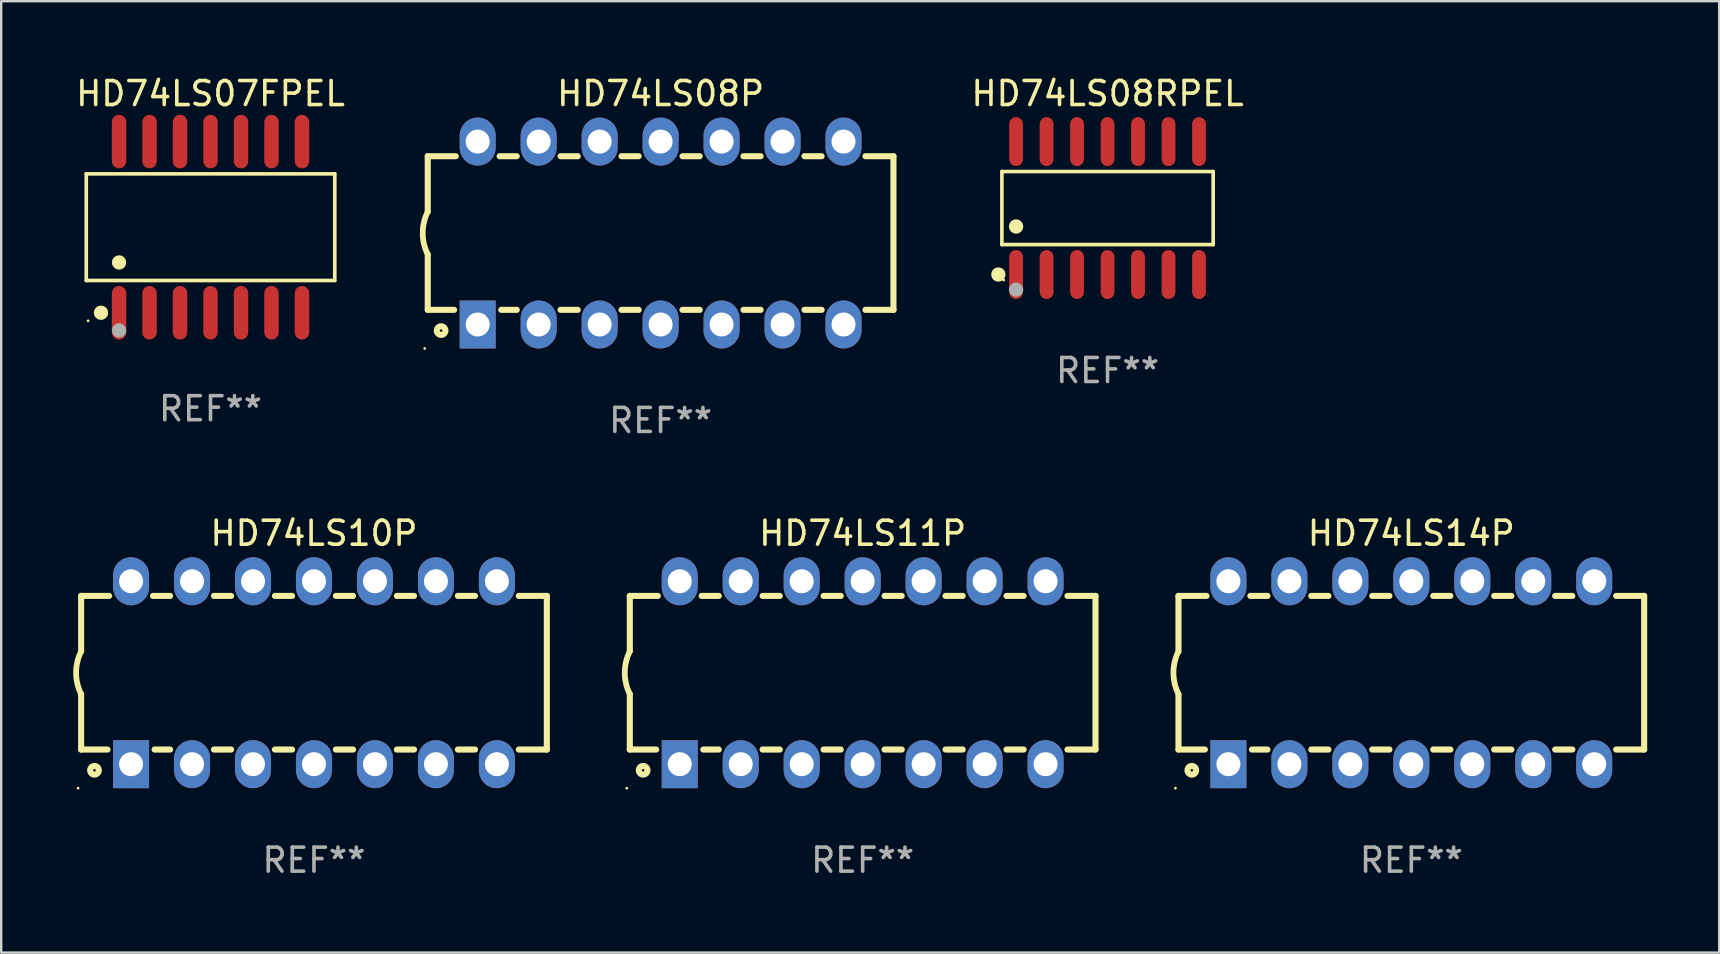
<source format=kicad_pcb>
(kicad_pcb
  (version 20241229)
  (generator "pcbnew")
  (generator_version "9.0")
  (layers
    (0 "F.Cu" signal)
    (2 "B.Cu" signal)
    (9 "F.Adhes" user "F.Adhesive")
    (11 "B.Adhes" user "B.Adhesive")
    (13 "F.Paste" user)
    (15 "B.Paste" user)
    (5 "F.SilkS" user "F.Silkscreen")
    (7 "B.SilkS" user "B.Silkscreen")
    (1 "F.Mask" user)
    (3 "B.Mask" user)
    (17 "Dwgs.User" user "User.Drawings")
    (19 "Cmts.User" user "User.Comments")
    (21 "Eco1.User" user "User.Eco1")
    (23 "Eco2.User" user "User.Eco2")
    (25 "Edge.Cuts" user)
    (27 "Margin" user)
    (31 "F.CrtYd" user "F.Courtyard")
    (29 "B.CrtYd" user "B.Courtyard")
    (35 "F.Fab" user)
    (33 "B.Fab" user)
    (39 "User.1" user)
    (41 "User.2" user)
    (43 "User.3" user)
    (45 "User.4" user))
  (footprint "HD74LS08P"
    (layer "F.Cu")
    (at 24.47 6.658)
    (property "Reference" "HD74LS08P" (at 0 -5.81 0) (layer "F.SilkS") (effects (font (size 1 1) (thickness 0.15))))
    (attr through_hole)
    (fp_line (start -9.7 -3.2) (end -9.7 -0.889) (stroke (width 0.254) (type solid)) (layer "F.SilkS"))
    (fp_line (start -9.7 -3.2) (end -8.533 -3.2) (stroke (width 0.254) (type solid)) (layer "F.SilkS"))
    (fp_line (start -9.7 3.2) (end -9.7 0.889) (stroke (width 0.254) (type solid)) (layer "F.SilkS"))
    (fp_line (start -9.7 3.2) (end -8.601 3.2) (stroke (width 0.254) (type solid)) (layer "F.SilkS"))
    (fp_line (start -6.707 -3.2) (end -5.993 -3.2) (stroke (width 0.254) (type solid)) (layer "F.SilkS"))
    (fp_line (start -6.639 3.2) (end -5.993 3.2) (stroke (width 0.254) (type solid)) (layer "F.SilkS"))
    (fp_line (start -4.168 3.2) (end -3.453 3.2) (stroke (width 0.254) (type solid)) (layer "F.SilkS"))
    (fp_line (start -4.167 -3.2) (end -3.453 -3.2) (stroke (width 0.254) (type solid)) (layer "F.SilkS"))
    (fp_line (start -1.628 3.2) (end -0.912 3.2) (stroke (width 0.254) (type solid)) (layer "F.SilkS"))
    (fp_line (start -1.627 -3.2) (end -0.913 -3.2) (stroke (width 0.254) (type solid)) (layer "F.SilkS"))
    (fp_line (start 0.912 3.2) (end 1.628 3.2) (stroke (width 0.254) (type solid)) (layer "F.SilkS"))
    (fp_line (start 0.913 -3.2) (end 1.627 -3.2) (stroke (width 0.254) (type solid)) (layer "F.SilkS"))
    (fp_line (start 3.453 3.2) (end 4.168 3.2) (stroke (width 0.254) (type solid)) (layer "F.SilkS"))
    (fp_line (start 3.453 -3.2) (end 4.167 -3.2) (stroke (width 0.254) (type solid)) (layer "F.SilkS"))
    (fp_line (start 5.993 3.2) (end 6.708 3.2) (stroke (width 0.254) (type solid)) (layer "F.SilkS"))
    (fp_line (start 5.993 -3.2) (end 6.707 -3.2) (stroke (width 0.254) (type solid)) (layer "F.SilkS"))
    (fp_line (start 8.533 3.2) (end 9.7 3.2) (stroke (width 0.254) (type solid)) (layer "F.SilkS"))
    (fp_line (start 8.533 -3.2) (end 9.7 -3.2) (stroke (width 0.254) (type solid)) (layer "F.SilkS"))
    (fp_line (start 9.7 3.2) (end 9.7 -3.2) (stroke (width 0.254) (type solid)) (layer "F.SilkS"))
    (fp_arc (start -9.699822 0.889002) (mid -9.909826 0.000048) (end -9.700229 -0.889002) (stroke (width 0.240005) (type solid)) (layer "F.SilkS"))
    (fp_circle (center -9.827 4.81) (end -9.797 4.81) (stroke (width 0.06) (type solid)) (fill no) (layer "F.SilkS"))
    (fp_circle (center -9.144 4.064) (end -8.964 4.064) (stroke (width 0.254) (type solid)) (fill no) (layer "F.SilkS"))
    (fp_text user "REF**" (at 0 7.81 0) (layer "F.Fab") (effects (font (size 1 1) (thickness 0.15))))
    (pad "1" thru_hole rect (at -7.62 3.81 90) (size 2 1.5) (drill 1) (layers "*.Cu" "*.Mask"))
    (pad "2" thru_hole oval (at -5.08 3.81 90) (size 2 1.5) (drill 1) (layers "*.Cu" "*.Mask"))
    (pad "3" thru_hole oval (at -2.54 3.81 90) (size 2 1.5) (drill 1) (layers "*.Cu" "*.Mask"))
    (pad "4" thru_hole oval (at 0 3.81 90) (size 2 1.5) (drill 1) (layers "*.Cu" "*.Mask"))
    (pad "5" thru_hole oval (at 2.54 3.81 90) (size 2 1.5) (drill 1) (layers "*.Cu" "*.Mask"))
    (pad "6" thru_hole oval (at 5.08 3.81 90) (size 2 1.5) (drill 1) (layers "*.Cu" "*.Mask"))
    (pad "7" thru_hole oval (at 7.62 3.81 90) (size 2 1.5) (drill 1) (layers "*.Cu" "*.Mask"))
    (pad "8" thru_hole oval (at 7.62 -3.81 90) (size 2 1.5) (drill 1) (layers "*.Cu" "*.Mask"))
    (pad "9" thru_hole oval (at 5.08 -3.81 90) (size 2 1.5) (drill 1) (layers "*.Cu" "*.Mask"))
    (pad "10" thru_hole oval (at 2.54 -3.81 90) (size 2 1.5) (drill 1) (layers "*.Cu" "*.Mask"))
    (pad "11" thru_hole oval (at 0 -3.81 90) (size 2 1.5) (drill 1) (layers "*.Cu" "*.Mask"))
    (pad "12" thru_hole oval (at -2.54 -3.81 90) (size 2 1.5) (drill 1) (layers "*.Cu" "*.Mask"))
    (pad "13" thru_hole oval (at -5.08 -3.81 90) (size 2 1.5) (drill 1) (layers "*.Cu" "*.Mask"))
    (pad "14" thru_hole oval (at -7.62 -3.81 90) (size 2 1.5) (drill 1) (layers "*.Cu" "*.Mask")))
  (footprint "HD74LS10P"
    (layer "F.Cu")
    (at 10.03 24.975)
    (property "Reference" "HD74LS10P" (at 0 -5.81 0) (layer "F.SilkS") (effects (font (size 1 1) (thickness 0.15))))
    (attr through_hole)
    (fp_line (start -9.7 -3.2) (end -9.7 -0.889) (stroke (width 0.254) (type solid)) (layer "F.SilkS"))
    (fp_line (start -9.7 -3.2) (end -8.533 -3.2) (stroke (width 0.254) (type solid)) (layer "F.SilkS"))
    (fp_line (start -9.7 3.2) (end -9.7 0.889) (stroke (width 0.254) (type solid)) (layer "F.SilkS"))
    (fp_line (start -9.7 3.2) (end -8.601 3.2) (stroke (width 0.254) (type solid)) (layer "F.SilkS"))
    (fp_line (start -6.707 -3.2) (end -5.993 -3.2) (stroke (width 0.254) (type solid)) (layer "F.SilkS"))
    (fp_line (start -6.639 3.2) (end -5.993 3.2) (stroke (width 0.254) (type solid)) (layer "F.SilkS"))
    (fp_line (start -4.168 3.2) (end -3.453 3.2) (stroke (width 0.254) (type solid)) (layer "F.SilkS"))
    (fp_line (start -4.167 -3.2) (end -3.453 -3.2) (stroke (width 0.254) (type solid)) (layer "F.SilkS"))
    (fp_line (start -1.628 3.2) (end -0.912 3.2) (stroke (width 0.254) (type solid)) (layer "F.SilkS"))
    (fp_line (start -1.627 -3.2) (end -0.913 -3.2) (stroke (width 0.254) (type solid)) (layer "F.SilkS"))
    (fp_line (start 0.912 3.2) (end 1.628 3.2) (stroke (width 0.254) (type solid)) (layer "F.SilkS"))
    (fp_line (start 0.913 -3.2) (end 1.627 -3.2) (stroke (width 0.254) (type solid)) (layer "F.SilkS"))
    (fp_line (start 3.453 3.2) (end 4.168 3.2) (stroke (width 0.254) (type solid)) (layer "F.SilkS"))
    (fp_line (start 3.453 -3.2) (end 4.167 -3.2) (stroke (width 0.254) (type solid)) (layer "F.SilkS"))
    (fp_line (start 5.993 3.2) (end 6.708 3.2) (stroke (width 0.254) (type solid)) (layer "F.SilkS"))
    (fp_line (start 5.993 -3.2) (end 6.707 -3.2) (stroke (width 0.254) (type solid)) (layer "F.SilkS"))
    (fp_line (start 8.533 3.2) (end 9.7 3.2) (stroke (width 0.254) (type solid)) (layer "F.SilkS"))
    (fp_line (start 8.533 -3.2) (end 9.7 -3.2) (stroke (width 0.254) (type solid)) (layer "F.SilkS"))
    (fp_line (start 9.7 3.2) (end 9.7 -3.2) (stroke (width 0.254) (type solid)) (layer "F.SilkS"))
    (fp_arc (start -9.699822 0.889002) (mid -9.909826 0.000048) (end -9.700229 -0.889002) (stroke (width 0.240005) (type solid)) (layer "F.SilkS"))
    (fp_circle (center -9.827 4.81) (end -9.797 4.81) (stroke (width 0.06) (type solid)) (fill no) (layer "F.SilkS"))
    (fp_circle (center -9.144 4.064) (end -8.964 4.064) (stroke (width 0.254) (type solid)) (fill no) (layer "F.SilkS"))
    (fp_text user "REF**" (at 0 7.81 0) (layer "F.Fab") (effects (font (size 1 1) (thickness 0.15))))
    (pad "1" thru_hole rect (at -7.62 3.81 90) (size 2 1.5) (drill 1) (layers "*.Cu" "*.Mask"))
    (pad "2" thru_hole oval (at -5.08 3.81 90) (size 2 1.5) (drill 1) (layers "*.Cu" "*.Mask"))
    (pad "3" thru_hole oval (at -2.54 3.81 90) (size 2 1.5) (drill 1) (layers "*.Cu" "*.Mask"))
    (pad "4" thru_hole oval (at 0 3.81 90) (size 2 1.5) (drill 1) (layers "*.Cu" "*.Mask"))
    (pad "5" thru_hole oval (at 2.54 3.81 90) (size 2 1.5) (drill 1) (layers "*.Cu" "*.Mask"))
    (pad "6" thru_hole oval (at 5.08 3.81 90) (size 2 1.5) (drill 1) (layers "*.Cu" "*.Mask"))
    (pad "7" thru_hole oval (at 7.62 3.81 90) (size 2 1.5) (drill 1) (layers "*.Cu" "*.Mask"))
    (pad "8" thru_hole oval (at 7.62 -3.81 90) (size 2 1.5) (drill 1) (layers "*.Cu" "*.Mask"))
    (pad "9" thru_hole oval (at 5.08 -3.81 90) (size 2 1.5) (drill 1) (layers "*.Cu" "*.Mask"))
    (pad "10" thru_hole oval (at 2.54 -3.81 90) (size 2 1.5) (drill 1) (layers "*.Cu" "*.Mask"))
    (pad "11" thru_hole oval (at 0 -3.81 90) (size 2 1.5) (drill 1) (layers "*.Cu" "*.Mask"))
    (pad "12" thru_hole oval (at -2.54 -3.81 90) (size 2 1.5) (drill 1) (layers "*.Cu" "*.Mask"))
    (pad "13" thru_hole oval (at -5.08 -3.81 90) (size 2 1.5) (drill 1) (layers "*.Cu" "*.Mask"))
    (pad "14" thru_hole oval (at -7.62 -3.81 90) (size 2 1.5) (drill 1) (layers "*.Cu" "*.Mask")))
  (footprint "HD74LS14P"
    (layer "F.Cu")
    (at 55.744 24.975)
    (property "Reference" "HD74LS14P" (at 0 -5.81 0) (layer "F.SilkS") (effects (font (size 1 1) (thickness 0.15))))
    (attr through_hole)
    (fp_line (start -9.7 -3.2) (end -9.7 -0.889) (stroke (width 0.254) (type solid)) (layer "F.SilkS"))
    (fp_line (start -9.7 -3.2) (end -8.533 -3.2) (stroke (width 0.254) (type solid)) (layer "F.SilkS"))
    (fp_line (start -9.7 3.2) (end -9.7 0.889) (stroke (width 0.254) (type solid)) (layer "F.SilkS"))
    (fp_line (start -9.7 3.2) (end -8.601 3.2) (stroke (width 0.254) (type solid)) (layer "F.SilkS"))
    (fp_line (start -6.707 -3.2) (end -5.993 -3.2) (stroke (width 0.254) (type solid)) (layer "F.SilkS"))
    (fp_line (start -6.639 3.2) (end -5.993 3.2) (stroke (width 0.254) (type solid)) (layer "F.SilkS"))
    (fp_line (start -4.168 3.2) (end -3.453 3.2) (stroke (width 0.254) (type solid)) (layer "F.SilkS"))
    (fp_line (start -4.167 -3.2) (end -3.453 -3.2) (stroke (width 0.254) (type solid)) (layer "F.SilkS"))
    (fp_line (start -1.628 3.2) (end -0.912 3.2) (stroke (width 0.254) (type solid)) (layer "F.SilkS"))
    (fp_line (start -1.627 -3.2) (end -0.913 -3.2) (stroke (width 0.254) (type solid)) (layer "F.SilkS"))
    (fp_line (start 0.912 3.2) (end 1.628 3.2) (stroke (width 0.254) (type solid)) (layer "F.SilkS"))
    (fp_line (start 0.913 -3.2) (end 1.627 -3.2) (stroke (width 0.254) (type solid)) (layer "F.SilkS"))
    (fp_line (start 3.453 3.2) (end 4.168 3.2) (stroke (width 0.254) (type solid)) (layer "F.SilkS"))
    (fp_line (start 3.453 -3.2) (end 4.167 -3.2) (stroke (width 0.254) (type solid)) (layer "F.SilkS"))
    (fp_line (start 5.993 3.2) (end 6.708 3.2) (stroke (width 0.254) (type solid)) (layer "F.SilkS"))
    (fp_line (start 5.993 -3.2) (end 6.707 -3.2) (stroke (width 0.254) (type solid)) (layer "F.SilkS"))
    (fp_line (start 8.533 3.2) (end 9.7 3.2) (stroke (width 0.254) (type solid)) (layer "F.SilkS"))
    (fp_line (start 8.533 -3.2) (end 9.7 -3.2) (stroke (width 0.254) (type solid)) (layer "F.SilkS"))
    (fp_line (start 9.7 3.2) (end 9.7 -3.2) (stroke (width 0.254) (type solid)) (layer "F.SilkS"))
    (fp_arc (start -9.699822 0.889002) (mid -9.909826 0.000048) (end -9.700229 -0.889002) (stroke (width 0.240005) (type solid)) (layer "F.SilkS"))
    (fp_circle (center -9.827 4.81) (end -9.797 4.81) (stroke (width 0.06) (type solid)) (fill no) (layer "F.SilkS"))
    (fp_circle (center -9.144 4.064) (end -8.964 4.064) (stroke (width 0.254) (type solid)) (fill no) (layer "F.SilkS"))
    (fp_text user "REF**" (at 0 7.81 0) (layer "F.Fab") (effects (font (size 1 1) (thickness 0.15))))
    (pad "1" thru_hole rect (at -7.62 3.81 90) (size 2 1.5) (drill 1) (layers "*.Cu" "*.Mask"))
    (pad "2" thru_hole oval (at -5.08 3.81 90) (size 2 1.5) (drill 1) (layers "*.Cu" "*.Mask"))
    (pad "3" thru_hole oval (at -2.54 3.81 90) (size 2 1.5) (drill 1) (layers "*.Cu" "*.Mask"))
    (pad "4" thru_hole oval (at 0 3.81 90) (size 2 1.5) (drill 1) (layers "*.Cu" "*.Mask"))
    (pad "5" thru_hole oval (at 2.54 3.81 90) (size 2 1.5) (drill 1) (layers "*.Cu" "*.Mask"))
    (pad "6" thru_hole oval (at 5.08 3.81 90) (size 2 1.5) (drill 1) (layers "*.Cu" "*.Mask"))
    (pad "7" thru_hole oval (at 7.62 3.81 90) (size 2 1.5) (drill 1) (layers "*.Cu" "*.Mask"))
    (pad "8" thru_hole oval (at 7.62 -3.81 90) (size 2 1.5) (drill 1) (layers "*.Cu" "*.Mask"))
    (pad "9" thru_hole oval (at 5.08 -3.81 90) (size 2 1.5) (drill 1) (layers "*.Cu" "*.Mask"))
    (pad "10" thru_hole oval (at 2.54 -3.81 90) (size 2 1.5) (drill 1) (layers "*.Cu" "*.Mask"))
    (pad "11" thru_hole oval (at 0 -3.81 90) (size 2 1.5) (drill 1) (layers "*.Cu" "*.Mask"))
    (pad "12" thru_hole oval (at -2.54 -3.81 90) (size 2 1.5) (drill 1) (layers "*.Cu" "*.Mask"))
    (pad "13" thru_hole oval (at -5.08 -3.81 90) (size 2 1.5) (drill 1) (layers "*.Cu" "*.Mask"))
    (pad "14" thru_hole oval (at -7.62 -3.81 90) (size 2 1.5) (drill 1) (layers "*.Cu" "*.Mask")))
  (footprint "HD74LS08RPEL"
    (layer "F.Cu")
    (at 43.089 5.617)
    (property "Reference" "HD74LS08RPEL" (at 0 -4.769 0) (layer "F.SilkS") (effects (font (size 1 1) (thickness 0.15))))
    (attr through_hole)
    (fp_line (start -4.401 -1.521) (end 4.401 -1.521) (stroke (width 0.152) (type solid)) (layer "F.SilkS"))
    (fp_line (start -4.401 1.521) (end -4.401 -1.521) (stroke (width 0.152) (type solid)) (layer "F.SilkS"))
    (fp_line (start 4.401 -1.521) (end 4.401 1.521) (stroke (width 0.152) (type solid)) (layer "F.SilkS"))
    (fp_line (start 4.401 1.521) (end -4.401 1.521) (stroke (width 0.152) (type solid)) (layer "F.SilkS"))
    (fp_circle (center -4.549 2.769) (end -4.399 2.769) (stroke (width 0.3) (type solid)) (fill no) (layer "F.SilkS"))
    (fp_circle (center -4.325 3) (end -4.295 3) (stroke (width 0.06) (type solid)) (fill no) (layer "F.SilkS"))
    (fp_circle (center -3.81 0.769) (end -3.66 0.769) (stroke (width 0.3) (type solid)) (fill no) (layer "F.SilkS"))
    (fp_circle (center -3.81 3.4) (end -3.66 3.4) (stroke (width 0.3) (type solid)) (fill no) (layer "F.Fab"))
    (fp_text user "REF**" (at 0 6.769 0) (layer "F.Fab") (effects (font (size 1 1) (thickness 0.15))))
    (pad "1" smd oval (at -3.81 2.769) (size 0.574 2.038) (layers "F.Cu" "F.Mask" "F.Paste"))
    (pad "2" smd oval (at -2.54 2.769) (size 0.574 2.038) (layers "F.Cu" "F.Mask" "F.Paste"))
    (pad "3" smd oval (at -1.27 2.769) (size 0.574 2.038) (layers "F.Cu" "F.Mask" "F.Paste"))
    (pad "4" smd oval (at 0 2.769) (size 0.574 2.038) (layers "F.Cu" "F.Mask" "F.Paste"))
    (pad "5" smd oval (at 1.27 2.769) (size 0.574 2.038) (layers "F.Cu" "F.Mask" "F.Paste"))
    (pad "6" smd oval (at 2.54 2.769) (size 0.574 2.038) (layers "F.Cu" "F.Mask" "F.Paste"))
    (pad "7" smd oval (at 3.81 2.769) (size 0.574 2.038) (layers "F.Cu" "F.Mask" "F.Paste"))
    (pad "8" smd oval (at 3.81 -2.769) (size 0.574 2.038) (layers "F.Cu" "F.Mask" "F.Paste"))
    (pad "9" smd oval (at 2.54 -2.769) (size 0.574 2.038) (layers "F.Cu" "F.Mask" "F.Paste"))
    (pad "10" smd oval (at 1.27 -2.769) (size 0.574 2.038) (layers "F.Cu" "F.Mask" "F.Paste"))
    (pad "11" smd oval (at 0 -2.769) (size 0.574 2.038) (layers "F.Cu" "F.Mask" "F.Paste"))
    (pad "12" smd oval (at -1.27 -2.769) (size 0.574 2.038) (layers "F.Cu" "F.Mask" "F.Paste"))
    (pad "13" smd oval (at -2.54 -2.769) (size 0.574 2.038) (layers "F.Cu" "F.Mask" "F.Paste"))
    (pad "14" smd oval (at -3.81 -2.769) (size 0.574 2.038) (layers "F.Cu" "F.Mask" "F.Paste")))
  (footprint "HD74LS11P"
    (layer "F.Cu")
    (at 32.887 24.975)
    (property "Reference" "HD74LS11P" (at 0 -5.81 0) (layer "F.SilkS") (effects (font (size 1 1) (thickness 0.15))))
    (attr through_hole)
    (fp_line (start -9.7 -3.2) (end -9.7 -0.889) (stroke (width 0.254) (type solid)) (layer "F.SilkS"))
    (fp_line (start -9.7 -3.2) (end -8.533 -3.2) (stroke (width 0.254) (type solid)) (layer "F.SilkS"))
    (fp_line (start -9.7 3.2) (end -9.7 0.889) (stroke (width 0.254) (type solid)) (layer "F.SilkS"))
    (fp_line (start -9.7 3.2) (end -8.601 3.2) (stroke (width 0.254) (type solid)) (layer "F.SilkS"))
    (fp_line (start -6.707 -3.2) (end -5.993 -3.2) (stroke (width 0.254) (type solid)) (layer "F.SilkS"))
    (fp_line (start -6.639 3.2) (end -5.993 3.2) (stroke (width 0.254) (type solid)) (layer "F.SilkS"))
    (fp_line (start -4.168 3.2) (end -3.453 3.2) (stroke (width 0.254) (type solid)) (layer "F.SilkS"))
    (fp_line (start -4.167 -3.2) (end -3.453 -3.2) (stroke (width 0.254) (type solid)) (layer "F.SilkS"))
    (fp_line (start -1.628 3.2) (end -0.912 3.2) (stroke (width 0.254) (type solid)) (layer "F.SilkS"))
    (fp_line (start -1.627 -3.2) (end -0.913 -3.2) (stroke (width 0.254) (type solid)) (layer "F.SilkS"))
    (fp_line (start 0.912 3.2) (end 1.628 3.2) (stroke (width 0.254) (type solid)) (layer "F.SilkS"))
    (fp_line (start 0.913 -3.2) (end 1.627 -3.2) (stroke (width 0.254) (type solid)) (layer "F.SilkS"))
    (fp_line (start 3.453 3.2) (end 4.168 3.2) (stroke (width 0.254) (type solid)) (layer "F.SilkS"))
    (fp_line (start 3.453 -3.2) (end 4.167 -3.2) (stroke (width 0.254) (type solid)) (layer "F.SilkS"))
    (fp_line (start 5.993 3.2) (end 6.708 3.2) (stroke (width 0.254) (type solid)) (layer "F.SilkS"))
    (fp_line (start 5.993 -3.2) (end 6.707 -3.2) (stroke (width 0.254) (type solid)) (layer "F.SilkS"))
    (fp_line (start 8.533 3.2) (end 9.7 3.2) (stroke (width 0.254) (type solid)) (layer "F.SilkS"))
    (fp_line (start 8.533 -3.2) (end 9.7 -3.2) (stroke (width 0.254) (type solid)) (layer "F.SilkS"))
    (fp_line (start 9.7 3.2) (end 9.7 -3.2) (stroke (width 0.254) (type solid)) (layer "F.SilkS"))
    (fp_arc (start -9.699822 0.889002) (mid -9.909826 0.000048) (end -9.700229 -0.889002) (stroke (width 0.240005) (type solid)) (layer "F.SilkS"))
    (fp_circle (center -9.827 4.81) (end -9.797 4.81) (stroke (width 0.06) (type solid)) (fill no) (layer "F.SilkS"))
    (fp_circle (center -9.144 4.064) (end -8.964 4.064) (stroke (width 0.254) (type solid)) (fill no) (layer "F.SilkS"))
    (fp_text user "REF**" (at 0 7.81 0) (layer "F.Fab") (effects (font (size 1 1) (thickness 0.15))))
    (pad "1" thru_hole rect (at -7.62 3.81 90) (size 2 1.5) (drill 1) (layers "*.Cu" "*.Mask"))
    (pad "2" thru_hole oval (at -5.08 3.81 90) (size 2 1.5) (drill 1) (layers "*.Cu" "*.Mask"))
    (pad "3" thru_hole oval (at -2.54 3.81 90) (size 2 1.5) (drill 1) (layers "*.Cu" "*.Mask"))
    (pad "4" thru_hole oval (at 0 3.81 90) (size 2 1.5) (drill 1) (layers "*.Cu" "*.Mask"))
    (pad "5" thru_hole oval (at 2.54 3.81 90) (size 2 1.5) (drill 1) (layers "*.Cu" "*.Mask"))
    (pad "6" thru_hole oval (at 5.08 3.81 90) (size 2 1.5) (drill 1) (layers "*.Cu" "*.Mask"))
    (pad "7" thru_hole oval (at 7.62 3.81 90) (size 2 1.5) (drill 1) (layers "*.Cu" "*.Mask"))
    (pad "8" thru_hole oval (at 7.62 -3.81 90) (size 2 1.5) (drill 1) (layers "*.Cu" "*.Mask"))
    (pad "9" thru_hole oval (at 5.08 -3.81 90) (size 2 1.5) (drill 1) (layers "*.Cu" "*.Mask"))
    (pad "10" thru_hole oval (at 2.54 -3.81 90) (size 2 1.5) (drill 1) (layers "*.Cu" "*.Mask"))
    (pad "11" thru_hole oval (at 0 -3.81 90) (size 2 1.5) (drill 1) (layers "*.Cu" "*.Mask"))
    (pad "12" thru_hole oval (at -2.54 -3.81 90) (size 2 1.5) (drill 1) (layers "*.Cu" "*.Mask"))
    (pad "13" thru_hole oval (at -5.08 -3.81 90) (size 2 1.5) (drill 1) (layers "*.Cu" "*.Mask"))
    (pad "14" thru_hole oval (at -7.62 -3.81 90) (size 2 1.5) (drill 1) (layers "*.Cu" "*.Mask")))
  (footprint "HD74LS07FPEL"
    (layer "F.Cu")
    (at 5.72 6.414)
    (property "Reference" "HD74LS07FPEL" (at 0 -5.565 0) (layer "F.SilkS") (effects (font (size 1 1) (thickness 0.15))))
    (attr through_hole)
    (fp_line (start -5.176 -2.221) (end 5.176 -2.221) (stroke (width 0.152) (type solid)) (layer "F.SilkS"))
    (fp_line (start -5.176 2.221) (end -5.176 -2.221) (stroke (width 0.152) (type solid)) (layer "F.SilkS"))
    (fp_line (start 5.176 -2.221) (end 5.176 2.221) (stroke (width 0.152) (type solid)) (layer "F.SilkS"))
    (fp_line (start 5.176 2.221) (end -5.176 2.221) (stroke (width 0.152) (type solid)) (layer "F.SilkS"))
    (fp_circle (center -5.1 3.9) (end -5.07 3.9) (stroke (width 0.06) (type solid)) (fill no) (layer "F.SilkS"))
    (fp_circle (center -4.563 3.565) (end -4.413 3.565) (stroke (width 0.3) (type solid)) (fill no) (layer "F.SilkS"))
    (fp_circle (center -3.81 1.469) (end -3.66 1.469) (stroke (width 0.3) (type solid)) (fill no) (layer "F.SilkS"))
    (fp_circle (center -3.81 4.3) (end -3.66 4.3) (stroke (width 0.3) (type solid)) (fill no) (layer "F.Fab"))
    (fp_text user "REF**" (at 0 7.565 0) (layer "F.Fab") (effects (font (size 1 1) (thickness 0.15))))
    (pad "1" smd oval (at -3.81 3.565) (size 0.602 2.231) (layers "F.Cu" "F.Mask" "F.Paste"))
    (pad "2" smd oval (at -2.54 3.565) (size 0.602 2.231) (layers "F.Cu" "F.Mask" "F.Paste"))
    (pad "3" smd oval (at -1.27 3.565) (size 0.602 2.231) (layers "F.Cu" "F.Mask" "F.Paste"))
    (pad "4" smd oval (at 0 3.565) (size 0.602 2.231) (layers "F.Cu" "F.Mask" "F.Paste"))
    (pad "5" smd oval (at 1.27 3.565) (size 0.602 2.231) (layers "F.Cu" "F.Mask" "F.Paste"))
    (pad "6" smd oval (at 2.54 3.565) (size 0.602 2.231) (layers "F.Cu" "F.Mask" "F.Paste"))
    (pad "7" smd oval (at 3.81 3.565) (size 0.602 2.231) (layers "F.Cu" "F.Mask" "F.Paste"))
    (pad "8" smd oval (at 3.81 -3.565) (size 0.602 2.231) (layers "F.Cu" "F.Mask" "F.Paste"))
    (pad "9" smd oval (at 2.54 -3.565) (size 0.602 2.231) (layers "F.Cu" "F.Mask" "F.Paste"))
    (pad "10" smd oval (at 1.27 -3.565) (size 0.602 2.231) (layers "F.Cu" "F.Mask" "F.Paste"))
    (pad "11" smd oval (at 0 -3.565) (size 0.602 2.231) (layers "F.Cu" "F.Mask" "F.Paste"))
    (pad "12" smd oval (at -1.27 -3.565) (size 0.602 2.231) (layers "F.Cu" "F.Mask" "F.Paste"))
    (pad "13" smd oval (at -2.54 -3.565) (size 0.602 2.231) (layers "F.Cu" "F.Mask" "F.Paste"))
    (pad "14" smd oval (at -3.81 -3.565) (size 0.602 2.231) (layers "F.Cu" "F.Mask" "F.Paste")))
  (gr_rect
    (start -3 -3)
    (end 68.571 36.633)
    (stroke (width 0.1) (type default))
    (fill no)
    (layer "Edge.Cuts")))
</source>
